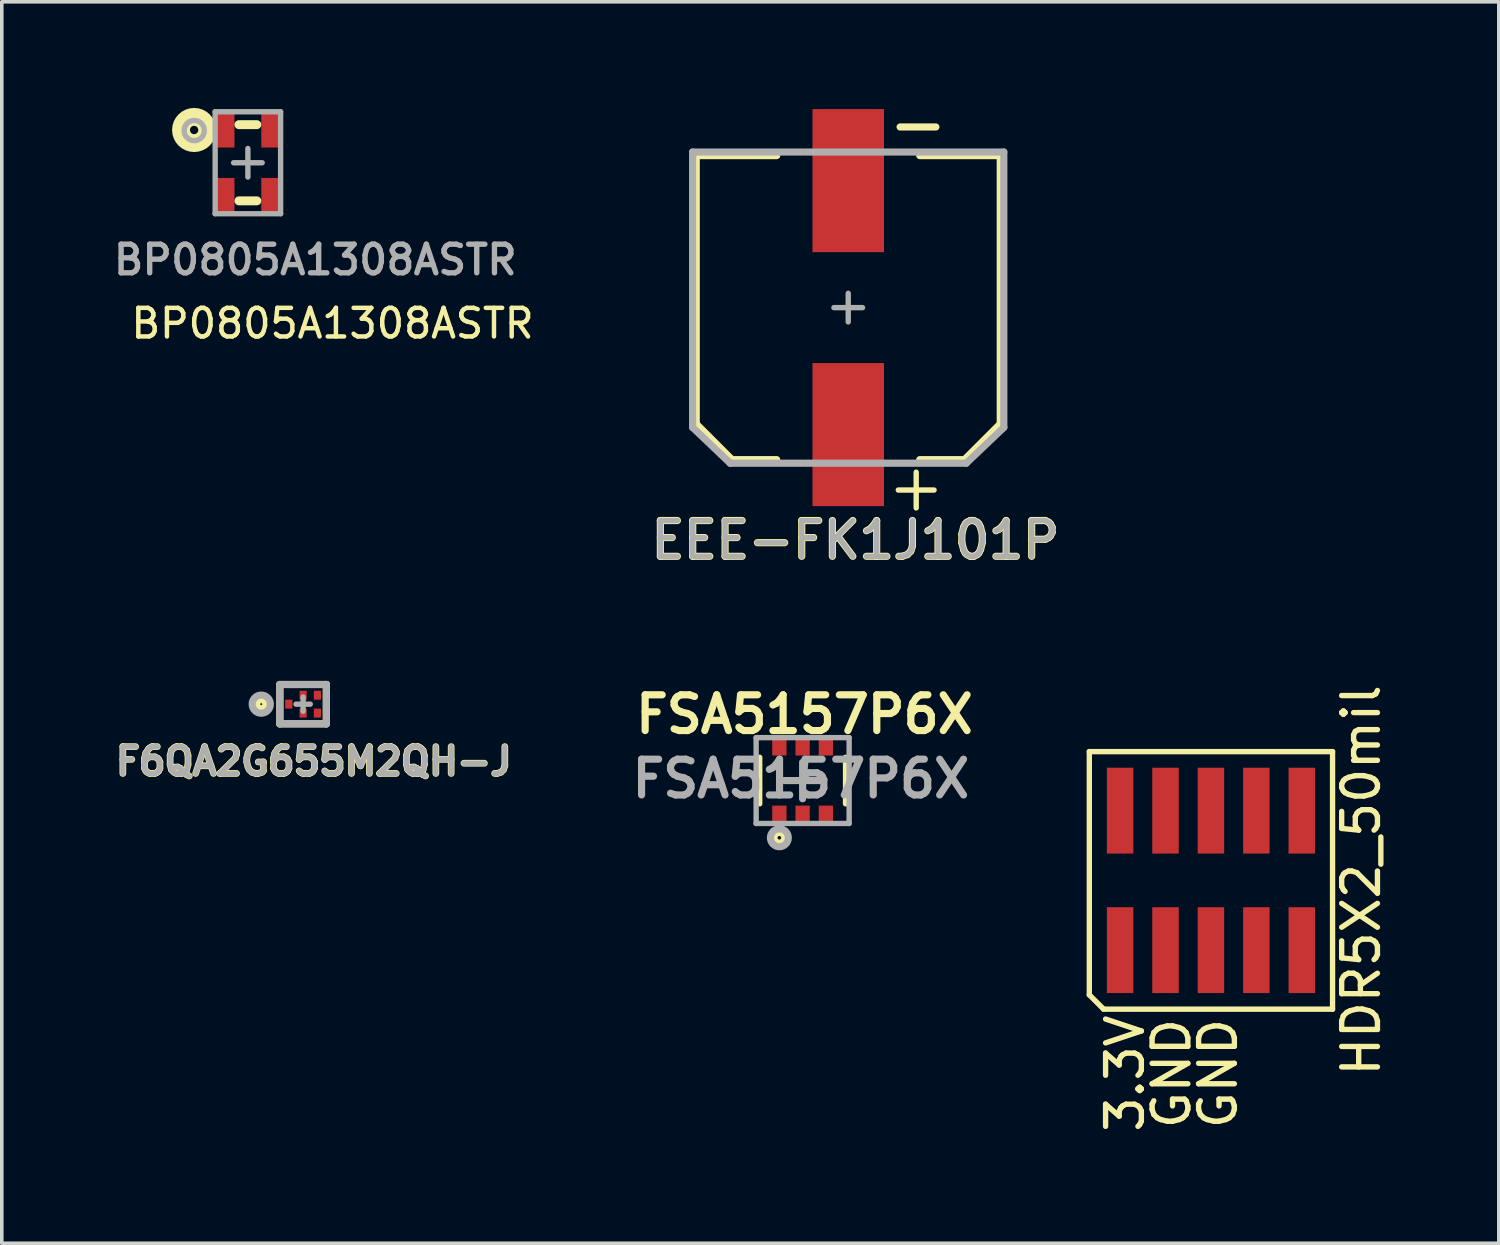
<source format=kicad_pcb>
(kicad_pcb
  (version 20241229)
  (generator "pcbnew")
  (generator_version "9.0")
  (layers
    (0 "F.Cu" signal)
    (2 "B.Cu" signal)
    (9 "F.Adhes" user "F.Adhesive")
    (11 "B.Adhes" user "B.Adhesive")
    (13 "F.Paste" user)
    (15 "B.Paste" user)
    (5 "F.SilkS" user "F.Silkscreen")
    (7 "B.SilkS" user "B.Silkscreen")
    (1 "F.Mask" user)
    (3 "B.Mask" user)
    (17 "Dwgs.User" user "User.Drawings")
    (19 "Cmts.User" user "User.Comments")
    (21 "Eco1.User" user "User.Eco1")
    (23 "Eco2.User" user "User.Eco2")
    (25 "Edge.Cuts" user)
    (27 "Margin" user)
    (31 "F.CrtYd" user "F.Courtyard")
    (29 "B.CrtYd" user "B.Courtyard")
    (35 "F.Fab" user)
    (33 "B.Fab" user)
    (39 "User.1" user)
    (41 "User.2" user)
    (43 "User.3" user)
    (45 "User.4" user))
  (footprint "FSA5157P6X"
    (layer "F.Cu")
    (at 19.389 18.772)
    (property "Reference" "FSA5157P6X" (at 0.05 -1.85 0) (layer "F.SilkS") (effects (font (size 1 1) (thickness 0.2))))
    (attr through_hole)
    (fp_line (start -1.2 0.65) (end -1.2 -0.65) (stroke (width 0.15) (type solid)) (layer "F.SilkS"))
    (fp_line (start 1.2 0.65) (end 1.2 -0.65) (stroke (width 0.15) (type solid)) (layer "F.SilkS"))
    (fp_circle (center -0.65 1.6) (end -0.5 1.6) (stroke (width 0.2) (type solid)) (fill no) (layer "F.SilkS"))
    (fp_line (start -1.3 1.2) (end -1.3 -1.2) (stroke (width 0.15) (type solid)) (layer "F.Fab"))
    (fp_line (start -1.3 1.2) (end 1.3 1.2) (stroke (width 0.15) (type solid)) (layer "F.Fab"))
    (fp_line (start -0.508 0) (end 0.508 0) (stroke (width 0.2) (type solid)) (layer "F.Fab"))
    (fp_line (start 0 -0.508) (end 0 0.508) (stroke (width 0.2) (type solid)) (layer "F.Fab"))
    (fp_line (start 1.3 -1.2) (end -1.3 -1.2) (stroke (width 0.15) (type solid)) (layer "F.Fab"))
    (fp_line (start 1.3 1.2) (end 1.3 -1.2) (stroke (width 0.15) (type solid)) (layer "F.Fab"))
    (fp_circle (center -0.65 1.6) (end -0.4 1.6) (stroke (width 0.2) (type solid)) (fill no) (layer "F.Fab"))
    (fp_text user "${REFERENCE}" (at -0.05 -0.05 0) (layer "F.Fab") (effects (font (size 1 1) (thickness 0.2))))
    (pad "1" smd rect (at -0.65 0.95) (size 0.4 0.5) (layers "F.Cu" "F.Mask" "F.Paste"))
    (pad "2" smd rect (at 0 0.95) (size 0.4 0.5) (layers "F.Cu" "F.Mask" "F.Paste"))
    (pad "3" smd rect (at 0.65 0.95) (size 0.4 0.5) (layers "F.Cu" "F.Mask" "F.Paste"))
    (pad "4" smd rect (at 0.65 -0.95) (size 0.4 0.5) (layers "F.Cu" "F.Mask" "F.Paste"))
    (pad "5" smd rect (at 0 -0.95) (size 0.4 0.5) (layers "F.Cu" "F.Mask" "F.Paste"))
    (pad "6" smd rect (at -0.65 -0.95) (size 0.4 0.5) (layers "F.Cu" "F.Mask" "F.Paste")))
  (footprint "F6QA2G655M2QH-J"
    (layer "F.Cu")
    (at 5.424 16.636)
    (property "Reference" "F6QA2G655M2QH-J" (at 0.3 1.6 0) (layer "F.SilkS") (effects (font (size 0.75 0.75) (thickness 0.188))))
    (attr through_hole)
    (fp_line (start -0.65 -0.55) (end -0.65 0.55) (stroke (width 0.2) (type solid)) (layer "F.SilkS"))
    (fp_line (start -0.65 -0.55) (end 0.65 -0.55) (stroke (width 0.2) (type solid)) (layer "F.SilkS"))
    (fp_line (start -0.65 0.55) (end 0.65 0.55) (stroke (width 0.2) (type solid)) (layer "F.SilkS"))
    (fp_line (start 0.65 -0.55) (end 0.65 0.55) (stroke (width 0.2) (type solid)) (layer "F.SilkS"))
    (fp_circle (center -1.17 0) (end -1.043 0) (stroke (width 0.2) (type solid)) (fill no) (layer "F.SilkS"))
    (fp_line (start -0.65 -0.55) (end -0.65 0.55) (stroke (width 0.2) (type solid)) (layer "F.Fab"))
    (fp_line (start -0.65 -0.55) (end 0.65 -0.55) (stroke (width 0.2) (type solid)) (layer "F.Fab"))
    (fp_line (start -0.65 0.55) (end 0.65 0.55) (stroke (width 0.2) (type solid)) (layer "F.Fab"))
    (fp_line (start -0.2 0) (end 0.2 0) (stroke (width 0.15) (type solid)) (layer "F.Fab"))
    (fp_line (start 0 -0.2) (end 0 0.2) (stroke (width 0.15) (type solid)) (layer "F.Fab"))
    (fp_line (start 0.65 -0.55) (end 0.65 0.55) (stroke (width 0.2) (type solid)) (layer "F.Fab"))
    (fp_circle (center -1.17 0) (end -1.424 0) (stroke (width 0.2) (type solid)) (fill no) (layer "F.Fab"))
    (fp_text user "${REFERENCE}" (at 0.3 1.6 0) (layer "F.Fab") (effects (font (size 0.75 0.75) (thickness 0.15))))
    (pad "1" smd rect (at -0.4 0) (size 0.2 0.25) (layers "F.Cu" "F.Mask" "F.Paste"))
    (pad "2" smd rect (at 0 0.25) (size 0.2 0.25) (layers "F.Cu" "F.Mask" "F.Paste"))
    (pad "3" smd rect (at 0.4 0.25) (size 0.2 0.25) (layers "F.Cu" "F.Mask" "F.Paste"))
    (pad "4" smd rect (at 0.4 -0.25) (size 0.2 0.25) (layers "F.Cu" "F.Mask" "F.Paste"))
    (pad "5" smd rect (at 0 -0.25) (size 0.2 0.25) (layers "F.Cu" "F.Mask" "F.Paste")))
  (footprint "HDR5X2_50mil"
    (layer "F.Cu")
    (at 30.804 21.563)
    (property "Reference" "HDR5X2_50mil" (at 4.2 0 90) (layer "F.SilkS") (effects (font (size 1 1) (thickness 0.15))))
    (attr through_hole)
    (fp_line (start -3.4 -3.6) (end -3.4 3.2) (stroke (width 0.15) (type solid)) (layer "F.SilkS"))
    (fp_line (start -3.4 3.2) (end -3 3.6) (stroke (width 0.15) (type solid)) (layer "F.SilkS"))
    (fp_line (start -3 3.6) (end 3.4 3.6) (stroke (width 0.15) (type solid)) (layer "F.SilkS"))
    (fp_line (start 3.4 -3.6) (end -3.4 -3.6) (stroke (width 0.15) (type solid)) (layer "F.SilkS"))
    (fp_line (start 3.4 3.6) (end 3.4 -3.6) (stroke (width 0.15) (type solid)) (layer "F.SilkS"))
    (fp_text user "3.3V" (at -2.4 5.4 90) (layer "F.SilkS") (effects (font (size 1 1) (thickness 0.15))))
    (fp_text user "GND" (at 0.2 5.4 90) (layer "F.SilkS") (effects (font (size 1 1) (thickness 0.15))))
    (fp_text user "GND" (at -1.1 5.4 90) (layer "F.SilkS") (effects (font (size 1 1) (thickness 0.15))))
    (pad "1" smd rect (at -2.54 1.95) (size 0.74 2.4) (layers "F.Cu" "F.Mask" "F.Paste"))
    (pad "2" smd rect (at -2.54 -1.95) (size 0.74 2.4) (layers "F.Cu" "F.Mask" "F.Paste"))
    (pad "3" smd rect (at -1.27 1.95) (size 0.74 2.4) (layers "F.Cu" "F.Mask" "F.Paste"))
    (pad "4" smd rect (at -1.27 -1.95) (size 0.74 2.4) (layers "F.Cu" "F.Mask" "F.Paste"))
    (pad "5" smd rect (at 0 1.95) (size 0.74 2.4) (layers "F.Cu" "F.Mask" "F.Paste"))
    (pad "6" smd rect (at 0 -1.95) (size 0.74 2.4) (layers "F.Cu" "F.Mask" "F.Paste"))
    (pad "7" smd rect (at 1.27 1.95) (size 0.74 2.4) (layers "F.Cu" "F.Mask" "F.Paste"))
    (pad "8" smd rect (at 1.27 -1.95) (size 0.74 2.4) (layers "F.Cu" "F.Mask" "F.Paste"))
    (pad "9" smd rect (at 2.54 1.95) (size 0.74 2.4) (layers "F.Cu" "F.Mask" "F.Paste"))
    (pad "10" smd rect (at 2.54 -1.95) (size 0.74 2.4) (layers "F.Cu" "F.Mask" "F.Paste")))
  (footprint "BP0805A1308ASTR"
    (layer "F.Cu")
    (at 3.88 1.5)
    (property "Reference" "BP0805A1308ASTR" (at 2.366 4.492 0) (layer "F.SilkS") (effects (font (size 0.8 0.8) (thickness 0.125))))
    (attr smd)
    (fp_line (start 0.25 -1.065) (end -0.25 -1.065) (stroke (width 0.25) (type solid)) (layer "F.SilkS"))
    (fp_line (start 0.25 1.065) (end -0.25 1.065) (stroke (width 0.25) (type solid)) (layer "F.SilkS"))
    (fp_circle (center -1.503 -0.916) (end -1.401 -0.972) (stroke (width 0.5) (type solid)) (fill no) (layer "F.SilkS"))
    (fp_line (start -0.915 1.425) (end -0.915 -1.425) (stroke (width 0.15) (type solid)) (layer "F.Fab"))
    (fp_line (start -0.4 0) (end 0.4 0) (stroke (width 0.15) (type solid)) (layer "F.Fab"))
    (fp_line (start 0 -0.4) (end 0 0.4) (stroke (width 0.15) (type solid)) (layer "F.Fab"))
    (fp_line (start 0.915 -1.425) (end -0.915 -1.425) (stroke (width 0.15) (type solid)) (layer "F.Fab"))
    (fp_line (start 0.915 1.425) (end -0.915 1.425) (stroke (width 0.15) (type solid)) (layer "F.Fab"))
    (fp_line (start 0.915 1.425) (end 0.915 -1.425) (stroke (width 0.15) (type solid)) (layer "F.Fab"))
    (fp_circle (center -1.5 -0.9) (end -1.3 -0.7) (stroke (width 0.15) (type solid)) (fill no) (layer "F.Fab"))
    (fp_text user "${REFERENCE}" (at 1.884 2.714 0) (layer "F.Fab") (effects (font (size 0.8 0.8) (thickness 0.15))))
    (pad "1" smd rect (at -0.645 -0.925) (size 0.54 1) (layers "F.Cu" "F.Mask" "F.Paste"))
    (pad "2" smd rect (at -0.645 0.925) (size 0.54 1) (layers "F.Cu" "F.Mask" "F.Paste"))
    (pad "3" smd rect (at 0.645 0.925) (size 0.54 1) (layers "F.Cu" "F.Mask" "F.Paste"))
    (pad "4" smd rect (at 0.645 -0.925) (size 0.54 1) (layers "F.Cu" "F.Mask" "F.Paste")))
  (footprint "EEE-FK1J101P"
    (layer "F.Cu")
    (at 20.664 5.55)
    (property "Reference" "EEE-FK1J101P" (at 0.2 6.5 0) (layer "F.SilkS") (effects (font (size 1 1) (thickness 0.2))))
    (attr through_hole)
    (fp_line (start -4.25 -4.25) (end -4.25 3.25) (stroke (width 0.2) (type solid)) (layer "F.SilkS"))
    (fp_line (start -4.25 -4.25) (end -2 -4.25) (stroke (width 0.2) (type solid)) (layer "F.SilkS"))
    (fp_line (start -4.25 3.25) (end -3.25 4.25) (stroke (width 0.2) (type solid)) (layer "F.SilkS"))
    (fp_line (start -3.25 4.25) (end -2 4.25) (stroke (width 0.2) (type solid)) (layer "F.SilkS"))
    (fp_line (start 1.4 5.1) (end 2.4 5.1) (stroke (width 0.15) (type solid)) (layer "F.SilkS"))
    (fp_line (start 1.45 -5.05) (end 2.45 -5.05) (stroke (width 0.2) (type solid)) (layer "F.SilkS"))
    (fp_line (start 1.9 4.6) (end 1.9 5.6) (stroke (width 0.15) (type solid)) (layer "F.SilkS"))
    (fp_line (start 2 -4.25) (end 4.25 -4.25) (stroke (width 0.2) (type solid)) (layer "F.SilkS"))
    (fp_line (start 2 4.25) (end 3.25 4.25) (stroke (width 0.2) (type solid)) (layer "F.SilkS"))
    (fp_line (start 4.25 -4.25) (end 4.25 3.25) (stroke (width 0.2) (type solid)) (layer "F.SilkS"))
    (fp_line (start 4.25 3.25) (end 3.25 4.25) (stroke (width 0.2) (type solid)) (layer "F.SilkS"))
    (fp_line (start -4.35 -4.35) (end -4.35 3.35) (stroke (width 0.2) (type solid)) (layer "F.Fab"))
    (fp_line (start -4.35 -4.35) (end 4.35 -4.35) (stroke (width 0.2) (type solid)) (layer "F.Fab"))
    (fp_line (start -4.35 3.35) (end -3.3 4.35) (stroke (width 0.2) (type solid)) (layer "F.Fab"))
    (fp_line (start -3.3 4.35) (end 3.3 4.35) (stroke (width 0.2) (type solid)) (layer "F.Fab"))
    (fp_line (start -0.4 0) (end 0.4 0) (stroke (width 0.15) (type solid)) (layer "F.Fab"))
    (fp_line (start 0 -0.4) (end 0 0.4) (stroke (width 0.15) (type solid)) (layer "F.Fab"))
    (fp_line (start 4.35 -4.35) (end 4.35 3.35) (stroke (width 0.2) (type solid)) (layer "F.Fab"))
    (fp_line (start 4.35 3.35) (end 3.3 4.35) (stroke (width 0.2) (type solid)) (layer "F.Fab"))
    (fp_text user "${REFERENCE}" (at 0.2 6.5 0) (layer "F.Fab") (effects (font (size 1 1) (thickness 0.15))))
    (pad "1" smd rect (at 0 3.55) (size 2 4) (layers "F.Cu" "F.Mask" "F.Paste"))
    (pad "2" smd rect (at 0 -3.55) (size 2 4) (layers "F.Cu" "F.Mask" "F.Paste")))
  (gr_rect
    (start -3 -3)
    (end 38.852 31.707)
    (stroke (width 0.1) (type default))
    (fill no)
    (layer "Edge.Cuts")))
</source>
